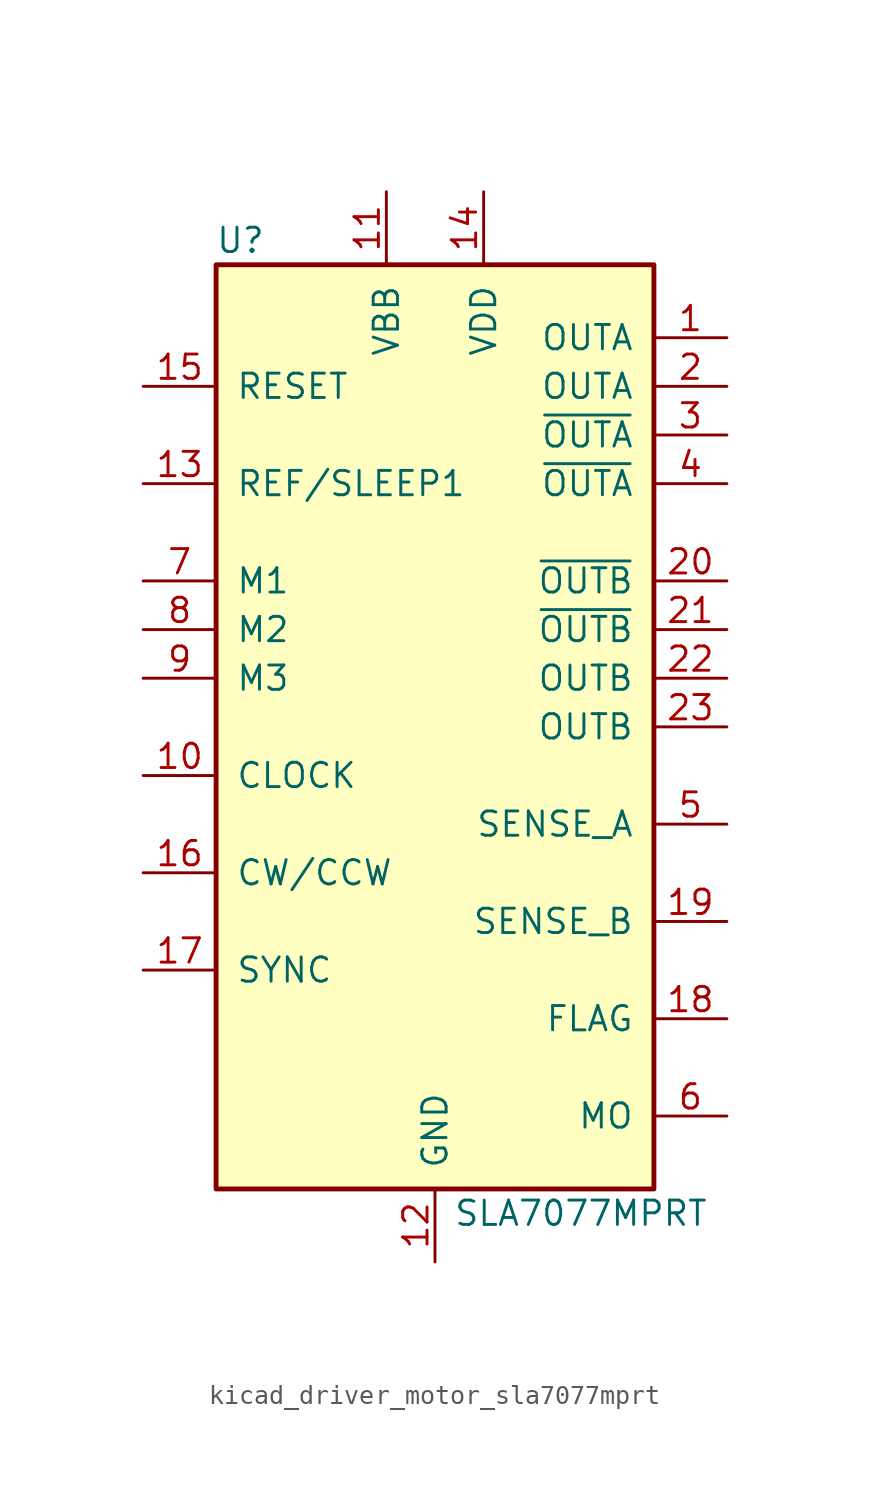
<source format=kicad_sym>
(kicad_symbol_lib
  (version 20220914)
  (generator kicad_symbol_editor)
  (symbol "kicad_driver_motor_sla7077mprt"
    (pin_names
      (offset 1.016))
    (property "Reference" "U"
      (at -10.16 25.4 0)
      (effects (font (size 1.27 1.27))))
    (property "Value" "SLA7077MPRT"
      (at 7.62 -25.4 0)
      (effects (font (size 1.27 1.27))))
    (symbol "kicad_driver_motor_sla7077mprt_0_1"
      (rectangle (start -11.43 24.13) (end 11.43 -24.13) (stroke (width 0.254) (type default)) (fill (type background))))
    (symbol "kicad_driver_motor_sla7077mprt_1_1"
      (pin output line (at 15.24 20.32 180) (length 3.81) (name "OUTA" (effects (font (size 1.27 1.27)))) (number "1" (effects (font (size 1.27 1.27)))))
      (pin input line (at -15.24 -2.54 0) (length 3.81) (name "CLOCK" (effects (font (size 1.27 1.27)))) (number "10" (effects (font (size 1.27 1.27)))))
      (pin power_in line (at -2.54 27.94 270) (length 3.81) (name "VBB" (effects (font (size 1.27 1.27)))) (number "11" (effects (font (size 1.27 1.27)))))
      (pin power_in line (at 0 -27.94 90) (length 3.81) (name "GND" (effects (font (size 1.27 1.27)))) (number "12" (effects (font (size 1.27 1.27)))))
      (pin input line (at -15.24 12.7 0) (length 3.81) (name "REF/SLEEP1" (effects (font (size 1.27 1.27)))) (number "13" (effects (font (size 1.27 1.27)))))
      (pin power_in line (at 2.54 27.94 270) (length 3.81) (name "VDD" (effects (font (size 1.27 1.27)))) (number "14" (effects (font (size 1.27 1.27)))))
      (pin input line (at -15.24 17.78 0) (length 3.81) (name "RESET" (effects (font (size 1.27 1.27)))) (number "15" (effects (font (size 1.27 1.27)))))
      (pin input line (at -15.24 -7.62 0) (length 3.81) (name "CW/CCW" (effects (font (size 1.27 1.27)))) (number "16" (effects (font (size 1.27 1.27)))))
      (pin input line (at -15.24 -12.7 0) (length 3.81) (name "SYNC" (effects (font (size 1.27 1.27)))) (number "17" (effects (font (size 1.27 1.27)))))
      (pin output line (at 15.24 -15.24 180) (length 3.81) (name "FLAG" (effects (font (size 1.27 1.27)))) (number "18" (effects (font (size 1.27 1.27)))))
      (pin output line (at 15.24 -10.16 180) (length 3.81) (name "SENSE_B" (effects (font (size 1.27 1.27)))) (number "19" (effects (font (size 1.27 1.27)))))
      (pin output line (at 15.24 17.78 180) (length 3.81) (name "OUTA" (effects (font (size 1.27 1.27)))) (number "2" (effects (font (size 1.27 1.27)))))
      (pin output line (at 15.24 7.62 180) (length 3.81) (name "~{OUTB}" (effects (font (size 1.27 1.27)))) (number "20" (effects (font (size 1.27 1.27)))))
      (pin output line (at 15.24 5.08 180) (length 3.81) (name "~{OUTB}" (effects (font (size 1.27 1.27)))) (number "21" (effects (font (size 1.27 1.27)))))
      (pin output line (at 15.24 2.54 180) (length 3.81) (name "OUTB" (effects (font (size 1.27 1.27)))) (number "22" (effects (font (size 1.27 1.27)))))
      (pin output line (at 15.24 0 180) (length 3.81) (name "OUTB" (effects (font (size 1.27 1.27)))) (number "23" (effects (font (size 1.27 1.27)))))
      (pin output line (at 15.24 15.24 180) (length 3.81) (name "~{OUTA}" (effects (font (size 1.27 1.27)))) (number "3" (effects (font (size 1.27 1.27)))))
      (pin output line (at 15.24 12.7 180) (length 3.81) (name "~{OUTA}" (effects (font (size 1.27 1.27)))) (number "4" (effects (font (size 1.27 1.27)))))
      (pin output line (at 15.24 -5.08 180) (length 3.81) (name "SENSE_A" (effects (font (size 1.27 1.27)))) (number "5" (effects (font (size 1.27 1.27)))))
      (pin output line (at 15.24 -20.32 180) (length 3.81) (name "MO" (effects (font (size 1.27 1.27)))) (number "6" (effects (font (size 1.27 1.27)))))
      (pin input line (at -15.24 7.62 0) (length 3.81) (name "M1" (effects (font (size 1.27 1.27)))) (number "7" (effects (font (size 1.27 1.27)))))
      (pin input line (at -15.24 5.08 0) (length 3.81) (name "M2" (effects (font (size 1.27 1.27)))) (number "8" (effects (font (size 1.27 1.27)))))
      (pin input line (at -15.24 2.54 0) (length 3.81) (name "M3" (effects (font (size 1.27 1.27)))) (number "9" (effects (font (size 1.27 1.27))))))))
</source>
